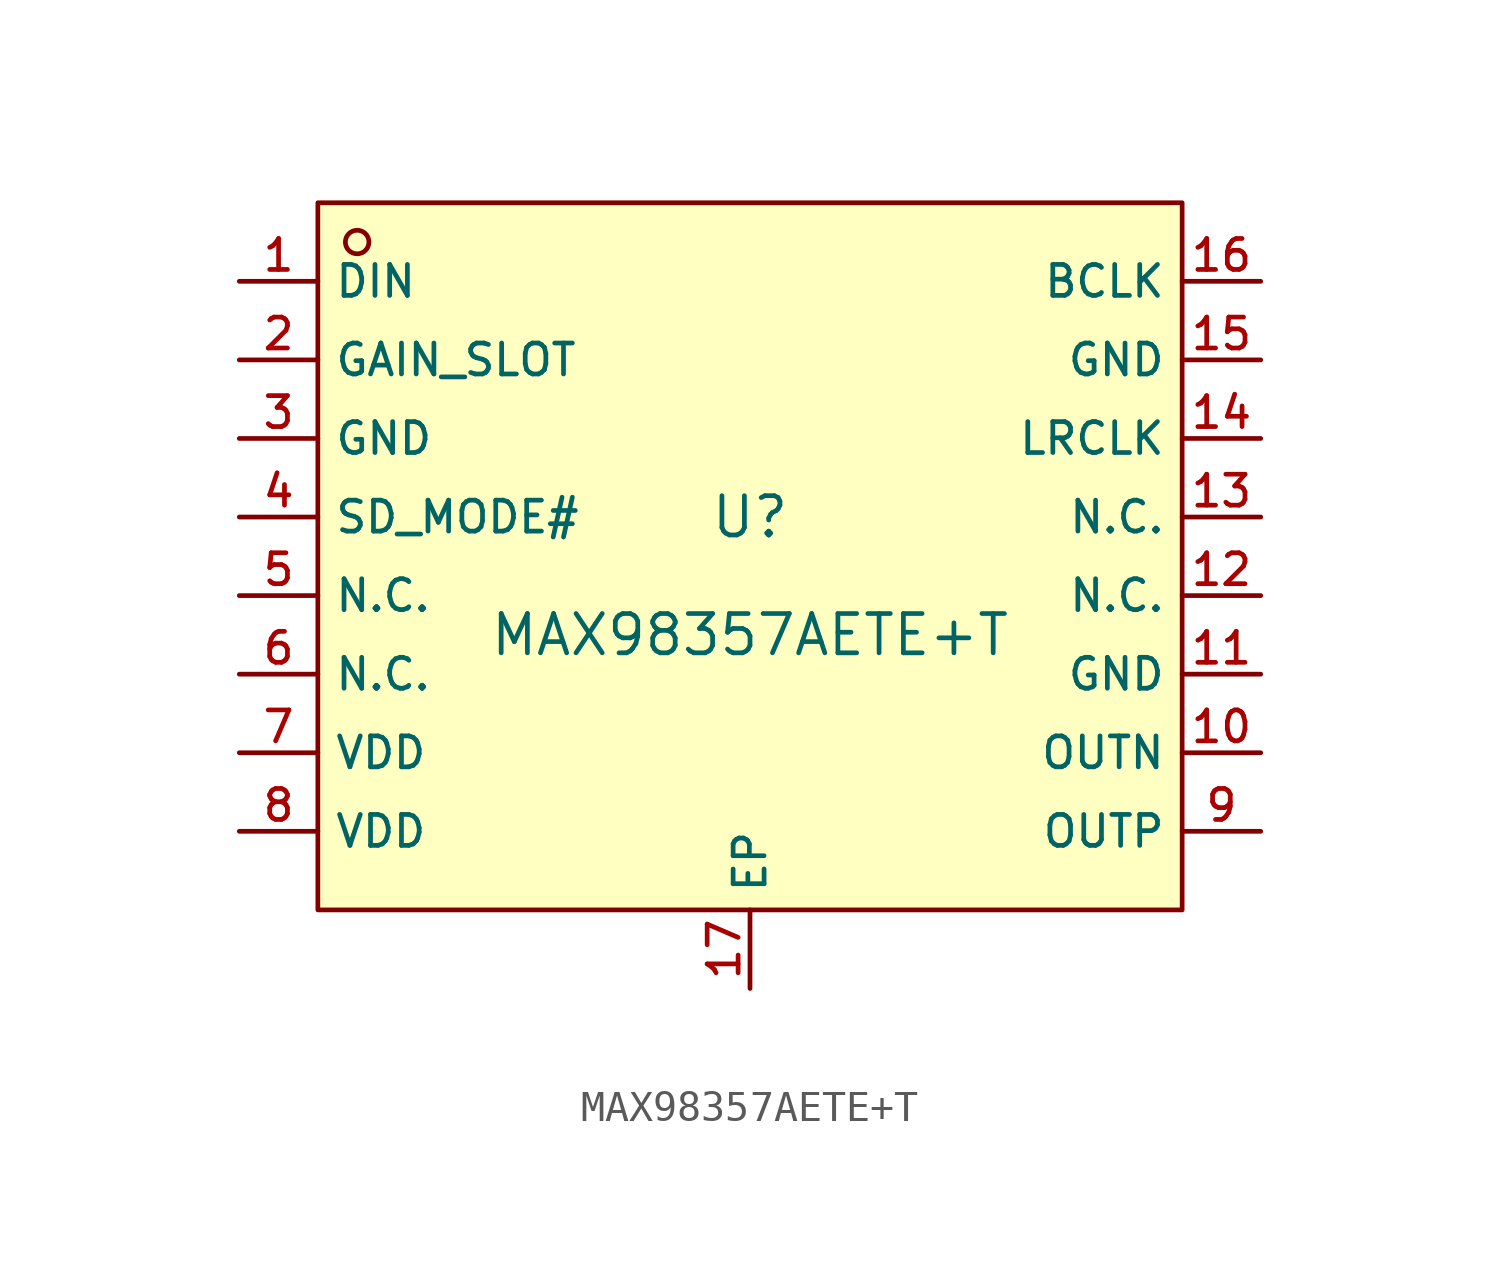
<source format=kicad_sym>
(kicad_symbol_lib
  (version 20210201)
  (generator TousstNicolas/JLC2KiCad_lib)
  (symbol "MAX98357AETE+T"
    (property "Reference" "U"
      (at 0 1.27 0)
      (effects (font (size 1.27 1.27))))
    (property "Value" "MAX98357AETE+T"
      (at 0 -2.54 0)
      (effects (font (size 1.27 1.27))))
    (symbol "MAX98357AETE+T_0_1"
      (rectangle (start -13.97 11.43) (end 13.97 -11.43) (stroke (width 0) (type default) (color 0 0 0 0)) (fill (type background)))
      (circle (center -12.7 10.16) (radius 0.381) (stroke (width 0) (type default) (color 0 0 0 0)) (fill (type background)))
      (pin unspecified line (at -16.51 8.89 0) (length 2.54) (name "DIN" (effects (font (size 1 1)))) (number "1" (effects (font (size 1 1)))))
      (pin unspecified line (at -16.51 6.35 0) (length 2.54) (name "GAIN_SLOT" (effects (font (size 1 1)))) (number "2" (effects (font (size 1 1)))))
      (pin unspecified line (at -16.51 3.81 0) (length 2.54) (name "GND" (effects (font (size 1 1)))) (number "3" (effects (font (size 1 1)))))
      (pin unspecified line (at -16.51 1.27 0) (length 2.54) (name "SD_MODE#" (effects (font (size 1 1)))) (number "4" (effects (font (size 1 1)))))
      (pin unspecified line (at -16.51 -1.27 0) (length 2.54) (name "N.C." (effects (font (size 1 1)))) (number "5" (effects (font (size 1 1)))))
      (pin unspecified line (at -16.51 -3.81 0) (length 2.54) (name "N.C." (effects (font (size 1 1)))) (number "6" (effects (font (size 1 1)))))
      (pin unspecified line (at -16.51 -6.35 0) (length 2.54) (name "VDD" (effects (font (size 1 1)))) (number "7" (effects (font (size 1 1)))))
      (pin unspecified line (at -16.51 -8.89 0) (length 2.54) (name "VDD" (effects (font (size 1 1)))) (number "8" (effects (font (size 1 1)))))
      (pin unspecified line (at 16.51 -8.89 180) (length 2.54) (name "OUTP" (effects (font (size 1 1)))) (number "9" (effects (font (size 1 1)))))
      (pin unspecified line (at 16.51 -6.35 180) (length 2.54) (name "OUTN" (effects (font (size 1 1)))) (number "10" (effects (font (size 1 1)))))
      (pin unspecified line (at 16.51 -3.81 180) (length 2.54) (name "GND" (effects (font (size 1 1)))) (number "11" (effects (font (size 1 1)))))
      (pin unspecified line (at 16.51 -1.27 180) (length 2.54) (name "N.C." (effects (font (size 1 1)))) (number "12" (effects (font (size 1 1)))))
      (pin unspecified line (at 16.51 1.27 180) (length 2.54) (name "N.C." (effects (font (size 1 1)))) (number "13" (effects (font (size 1 1)))))
      (pin unspecified line (at 16.51 3.81 180) (length 2.54) (name "LRCLK" (effects (font (size 1 1)))) (number "14" (effects (font (size 1 1)))))
      (pin unspecified line (at 16.51 6.35 180) (length 2.54) (name "GND" (effects (font (size 1 1)))) (number "15" (effects (font (size 1 1)))))
      (pin unspecified line (at 16.51 8.89 180) (length 2.54) (name "BCLK" (effects (font (size 1 1)))) (number "16" (effects (font (size 1 1)))))
      (pin unspecified line (at 0.0 -13.97 90) (length 2.54) (name "EP" (effects (font (size 1 1)))) (number "17" (effects (font (size 1 1))))))))
</source>
